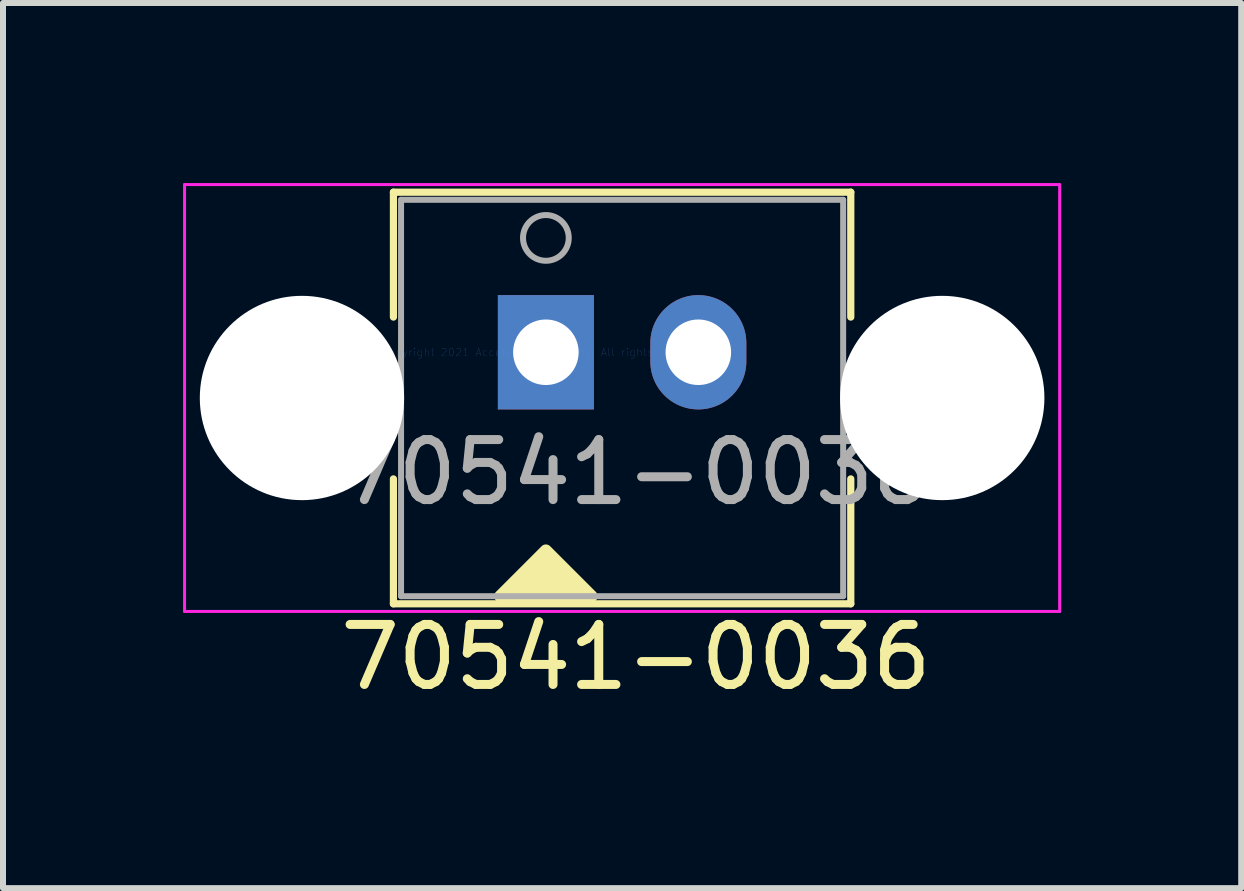
<source format=kicad_pcb>
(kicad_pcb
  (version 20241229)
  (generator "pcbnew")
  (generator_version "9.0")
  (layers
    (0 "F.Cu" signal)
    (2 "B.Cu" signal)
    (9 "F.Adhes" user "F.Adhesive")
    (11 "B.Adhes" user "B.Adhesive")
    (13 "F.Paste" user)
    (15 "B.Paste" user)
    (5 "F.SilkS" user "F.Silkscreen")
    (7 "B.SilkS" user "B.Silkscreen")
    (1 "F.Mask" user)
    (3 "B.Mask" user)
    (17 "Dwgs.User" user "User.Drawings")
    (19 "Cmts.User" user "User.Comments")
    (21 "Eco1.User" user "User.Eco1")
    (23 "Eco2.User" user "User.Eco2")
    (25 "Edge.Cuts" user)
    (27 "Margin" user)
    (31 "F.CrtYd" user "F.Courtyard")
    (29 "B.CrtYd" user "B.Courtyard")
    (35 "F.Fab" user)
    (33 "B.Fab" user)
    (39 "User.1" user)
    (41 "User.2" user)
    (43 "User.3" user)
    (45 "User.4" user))
  (footprint "70541-0036"
    (layer "F.Cu")
    (at 6.045 2.819)
    (property "Reference" "70541-0036" (at 1.5 5.08 0) (layer "F.SilkS") (effects (font (size 1 1) (thickness 0.15))))
    (attr through_hole)
    (fp_line (start -2.54 -2.667) (end -2.54 -0.586) (stroke (width 0.12) (type solid)) (layer "F.SilkS"))
    (fp_line (start -2.54 2.11) (end -2.54 4.191) (stroke (width 0.12) (type solid)) (layer "F.SilkS"))
    (fp_line (start -2.54 4.191) (end 5.08 4.191) (stroke (width 0.12) (type solid)) (layer "F.SilkS"))
    (fp_line (start 5.08 -2.667) (end -2.54 -2.667) (stroke (width 0.12) (type solid)) (layer "F.SilkS"))
    (fp_line (start 5.08 -0.586) (end 5.08 -2.667) (stroke (width 0.12) (type solid)) (layer "F.SilkS"))
    (fp_line (start 5.08 4.191) (end 5.08 2.11) (stroke (width 0.12) (type solid)) (layer "F.SilkS"))
    (fp_poly (pts (xy 0.762 4.064) (xy -0.762 4.064) (xy 0 3.302)) (stroke (width 0.2) (type solid)) (fill yes) (layer "F.SilkS"))
    (fp_line (start 7.366 -0.254) (end 7.62 -0.254) (stroke (width 0.1) (type solid)) (layer "Cmts.User"))
    (fp_line (start 7.366 0.254) (end 7.62 0.254) (stroke (width 0.1) (type solid)) (layer "Cmts.User"))
    (fp_line (start 7.493 0) (end 7.366 -0.254) (stroke (width 0.1) (type solid)) (layer "Cmts.User"))
    (fp_line (start 7.493 0) (end 7.366 0.254) (stroke (width 0.1) (type solid)) (layer "Cmts.User"))
    (fp_line (start 7.493 0) (end 7.493 1.27) (stroke (width 0.1) (type solid)) (layer "Cmts.User"))
    (fp_line (start 7.493 0) (end 7.62 -0.254) (stroke (width 0.1) (type solid)) (layer "Cmts.User"))
    (fp_line (start 7.493 0) (end 7.62 0.254) (stroke (width 0.1) (type solid)) (layer "Cmts.User"))
    (fp_line (start -6.02 -2.794) (end -6.02 4.318) (stroke (width 0.05) (type solid)) (layer "F.CrtYd"))
    (fp_line (start -6.02 4.318) (end 8.56 4.318) (stroke (width 0.05) (type solid)) (layer "F.CrtYd"))
    (fp_line (start 8.56 -2.794) (end -6.02 -2.794) (stroke (width 0.05) (type solid)) (layer "F.CrtYd"))
    (fp_line (start 8.56 4.318) (end 8.56 -2.794) (stroke (width 0.05) (type solid)) (layer "F.CrtYd"))
    (fp_line (start -2.413 -2.54) (end -2.413 4.064) (stroke (width 0.1) (type solid)) (layer "F.Fab"))
    (fp_line (start -2.413 4.064) (end 4.953 4.064) (stroke (width 0.1) (type solid)) (layer "F.Fab"))
    (fp_line (start 4.953 -2.54) (end -2.413 -2.54) (stroke (width 0.1) (type solid)) (layer "F.Fab"))
    (fp_line (start 4.953 4.064) (end 4.953 -2.54) (stroke (width 0.1) (type solid)) (layer "F.Fab"))
    (fp_circle (center 0 -1.905) (end 0.381 -1.905) (stroke (width 0.1) (type solid)) (fill no) (layer "F.Fab"))
    (fp_text user "Copyright 2021 Accelerated Designs. All rights reserved." (at 0 0 0) (layer "Cmts.User") (effects (font (size 0.127 0.127) (thickness 0.002))))
    (fp_text user "${REFERENCE}" (at 1.5 2 0) (layer "F.Fab") (effects (font (size 1 1) (thickness 0.15))))
    (pad "" np_thru_hole circle (at -4.064 0.762) (size 3.404 3.404) (drill 3.404) (layers "*.Cu" "*.Mask"))
    (pad "" np_thru_hole circle (at 6.604 0.762) (size 3.404 3.404) (drill 3.404) (layers "*.Cu" "*.Mask"))
    (pad "1" thru_hole rect (at 0 0) (size 1.6 1.905) (drill 1.092) (layers "*.Cu" "*.Mask"))
    (pad "2" thru_hole oval (at 2.54 0) (size 1.6 1.905) (drill 1.092) (layers "*.Cu" "*.Mask")))
  (gr_rect
    (start -3 -3)
    (end 17.63 11.747)
    (stroke (width 0.1) (type default))
    (fill no)
    (layer "Edge.Cuts")))
</source>
